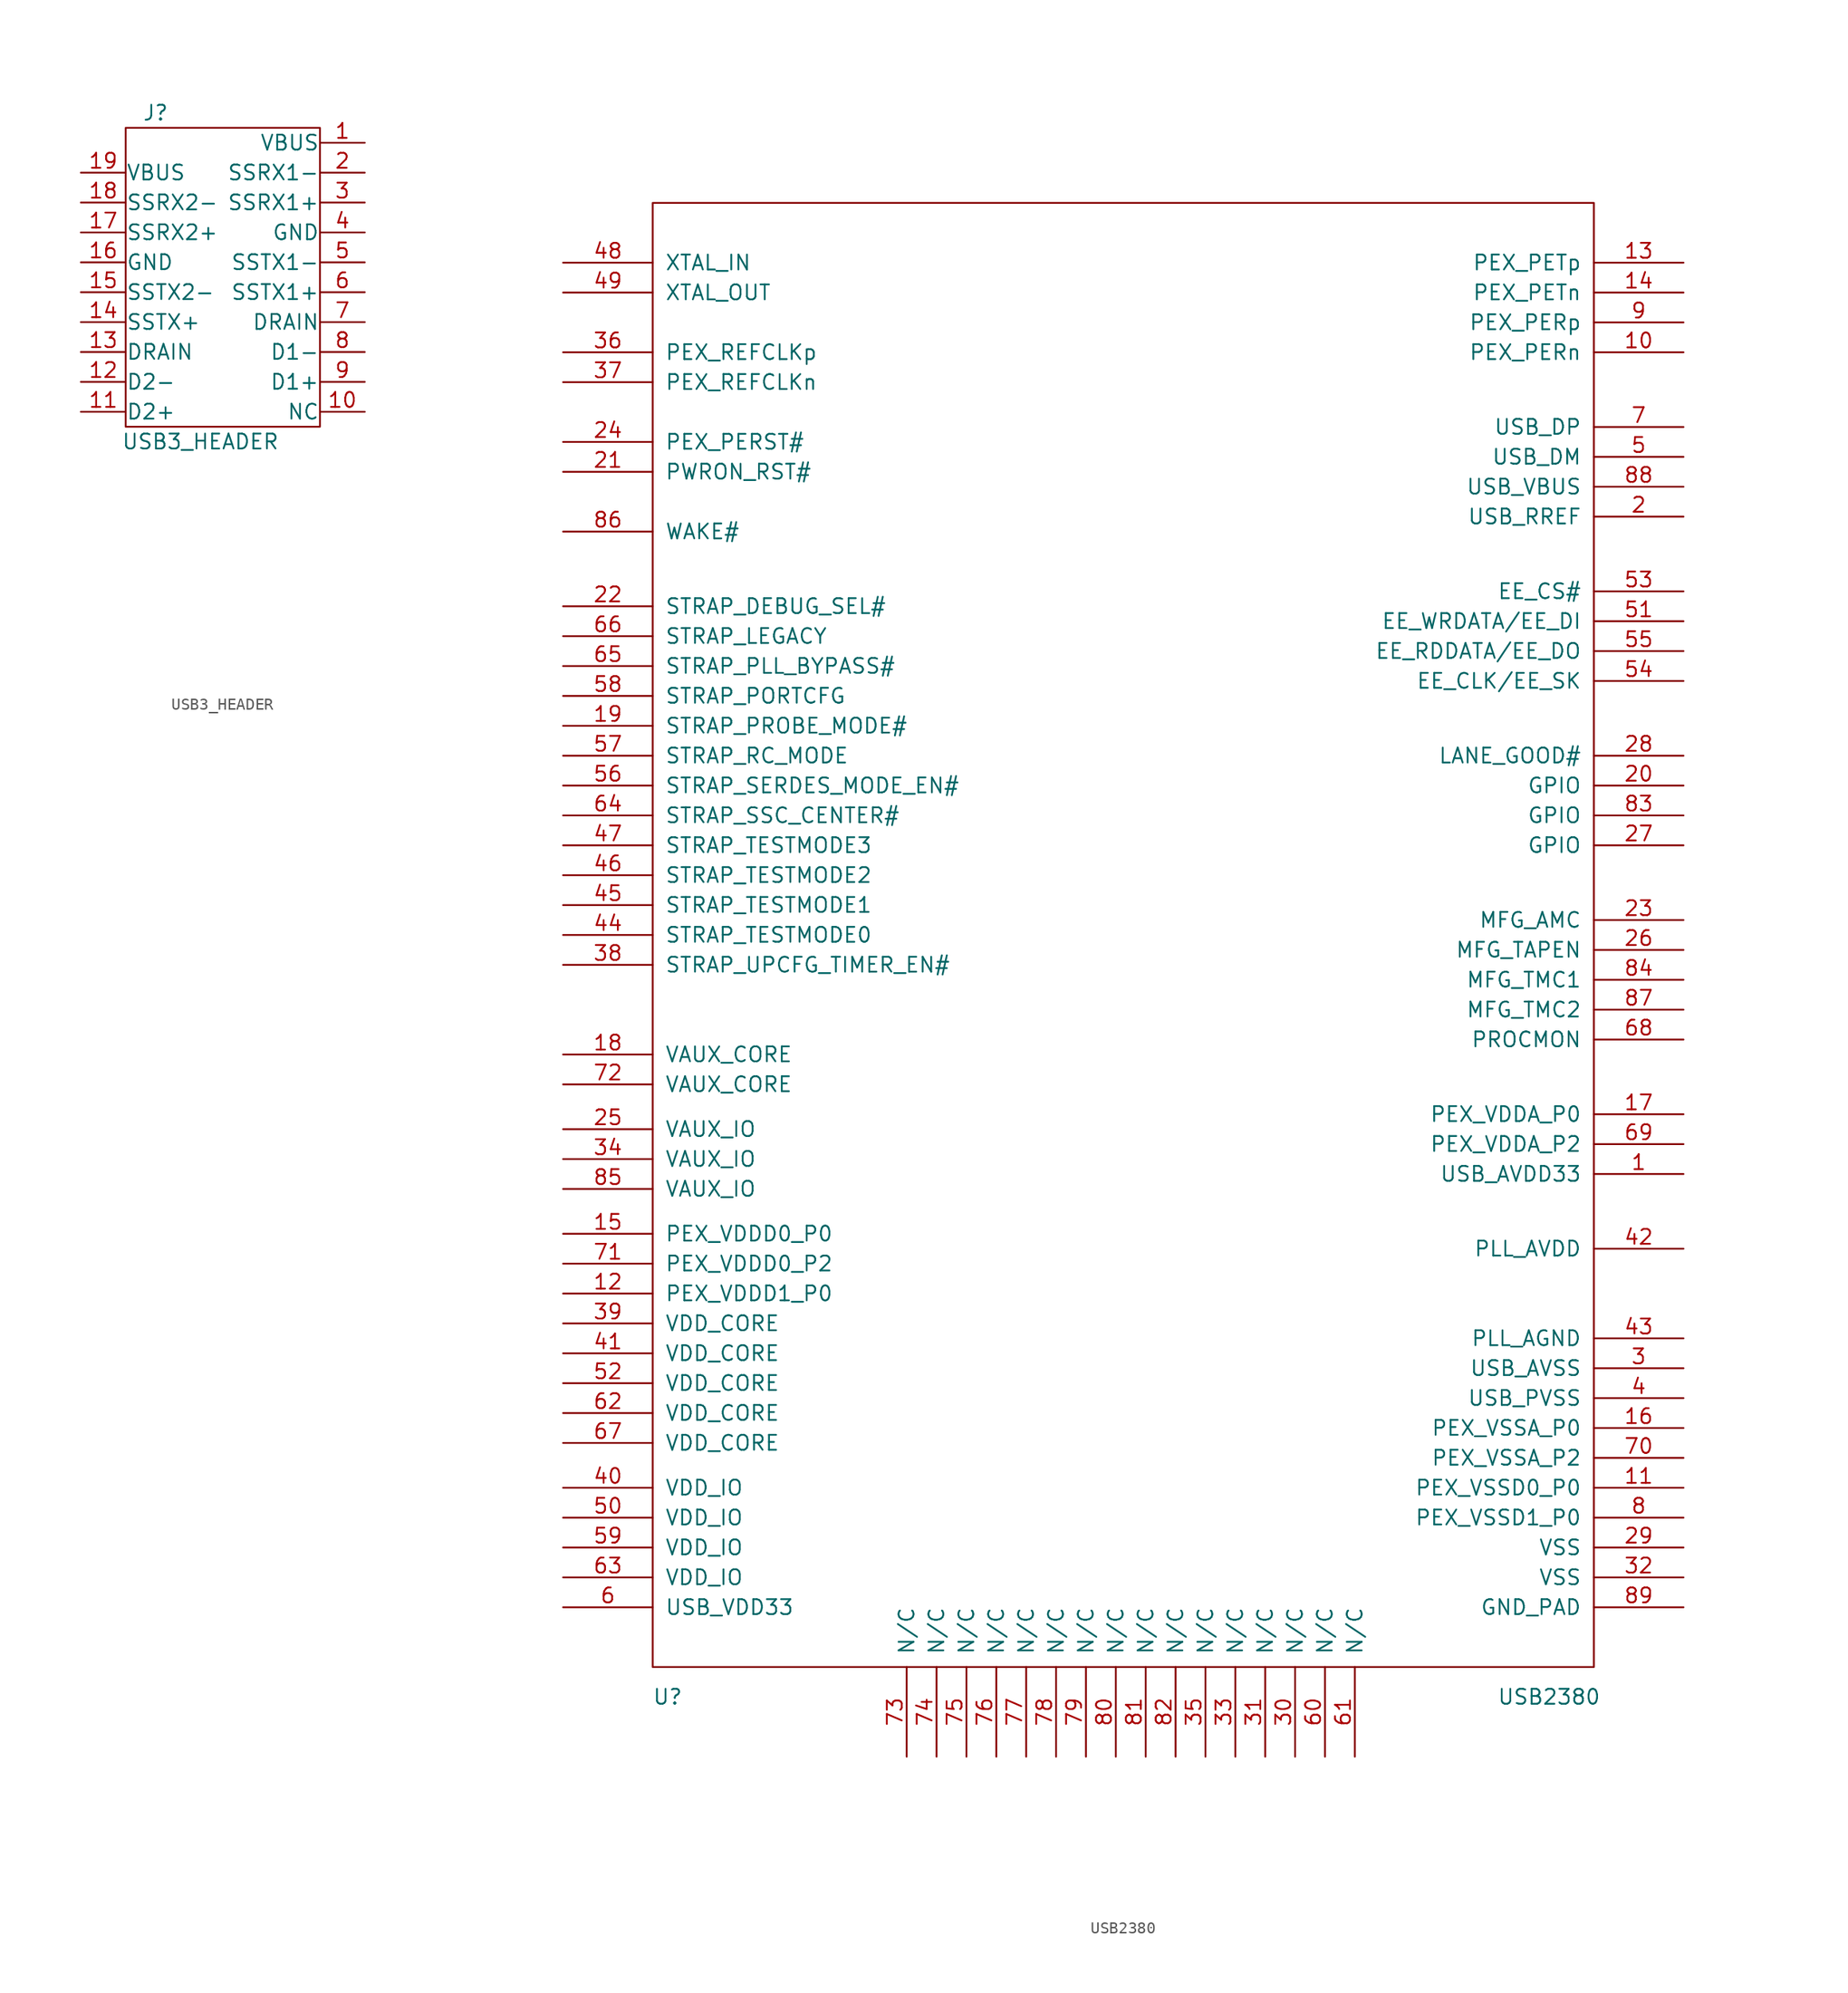
<source format=kicad_sym>
(kicad_symbol_lib
  (version 20211014)
  (generator kicad_symbol_editor)
  (symbol "USB3_HEADER"
    (pin_names
      (offset 0.025))
    (property "Reference" "J"
      (at 0 13.97 0)
      (effects (font (size 1.27 1.27))))
    (property "Value" "USB3_HEADER"
      (at 3.81 -13.97 0)
      (effects (font (size 1.27 1.27))))
    (property "Footprint" ""
      (at 0 -30.48 0)
      (effects (font (size 1.27 1.27))))
    (property "Datasheet" ""
      (at 0 -30.48 0)
      (effects (font (size 1.27 1.27))))
    (symbol "USB3_HEADER_0_1"
      (rectangle (start -2.54 12.7) (end 13.97 -12.7) (stroke (width 0) (type default) (color 0 0 0 0)) (fill (type none))))
    (symbol "USB3_HEADER_1_1"
      (pin passive line (at 17.78 11.43 180) (length 3.81) (name "VBUS" (effects (font (size 1.27 1.27)))) (number "1" (effects (font (size 1.27 1.27)))))
      (pin passive line (at 17.78 -11.43 180) (length 3.81) (name "NC" (effects (font (size 1.27 1.27)))) (number "10" (effects (font (size 1.27 1.27)))))
      (pin passive line (at -6.35 -11.43 0) (length 3.81) (name "D2+" (effects (font (size 1.27 1.27)))) (number "11" (effects (font (size 1.27 1.27)))))
      (pin passive line (at -6.35 -8.89 0) (length 3.81) (name "D2-" (effects (font (size 1.27 1.27)))) (number "12" (effects (font (size 1.27 1.27)))))
      (pin passive line (at -6.35 -6.35 0) (length 3.81) (name "DRAIN" (effects (font (size 1.27 1.27)))) (number "13" (effects (font (size 1.27 1.27)))))
      (pin passive line (at -6.35 -3.81 0) (length 3.81) (name "SSTX+" (effects (font (size 1.27 1.27)))) (number "14" (effects (font (size 1.27 1.27)))))
      (pin passive line (at -6.35 -1.27 0) (length 3.81) (name "SSTX2-" (effects (font (size 1.27 1.27)))) (number "15" (effects (font (size 1.27 1.27)))))
      (pin passive line (at -6.35 1.27 0) (length 3.81) (name "GND" (effects (font (size 1.27 1.27)))) (number "16" (effects (font (size 1.27 1.27)))))
      (pin passive line (at -6.35 3.81 0) (length 3.81) (name "SSRX2+" (effects (font (size 1.27 1.27)))) (number "17" (effects (font (size 1.27 1.27)))))
      (pin passive line (at -6.35 6.35 0) (length 3.81) (name "SSRX2-" (effects (font (size 1.27 1.27)))) (number "18" (effects (font (size 1.27 1.27)))))
      (pin passive line (at -6.35 8.89 0) (length 3.81) (name "VBUS" (effects (font (size 1.27 1.27)))) (number "19" (effects (font (size 1.27 1.27)))))
      (pin passive line (at 17.78 8.89 180) (length 3.81) (name "SSRX1-" (effects (font (size 1.27 1.27)))) (number "2" (effects (font (size 1.27 1.27)))))
      (pin passive line (at 17.78 6.35 180) (length 3.81) (name "SSRX1+" (effects (font (size 1.27 1.27)))) (number "3" (effects (font (size 1.27 1.27)))))
      (pin passive line (at 17.78 3.81 180) (length 3.81) (name "GND" (effects (font (size 1.27 1.27)))) (number "4" (effects (font (size 1.27 1.27)))))
      (pin passive line (at 17.78 1.27 180) (length 3.81) (name "SSTX1-" (effects (font (size 1.27 1.27)))) (number "5" (effects (font (size 1.27 1.27)))))
      (pin passive line (at 17.78 -1.27 180) (length 3.81) (name "SSTX1+" (effects (font (size 1.27 1.27)))) (number "6" (effects (font (size 1.27 1.27)))))
      (pin passive line (at 17.78 -3.81 180) (length 3.81) (name "DRAIN" (effects (font (size 1.27 1.27)))) (number "7" (effects (font (size 1.27 1.27)))))
      (pin passive line (at 17.78 -6.35 180) (length 3.81) (name "D1-" (effects (font (size 1.27 1.27)))) (number "8" (effects (font (size 1.27 1.27)))))
      (pin passive line (at 17.78 -8.89 180) (length 3.81) (name "D1+" (effects (font (size 1.27 1.27)))) (number "9" (effects (font (size 1.27 1.27)))))))
  (symbol "USB2380"
    (pin_names
      (offset 1.016))
    (property "Reference" "U"
      (at -33.02 -81.28 0)
      (effects (font (size 1.27 1.27))))
    (property "Value" "USB2380"
      (at 41.91 -81.28 0)
      (effects (font (size 1.27 1.27))))
    (symbol "USB2380_1_0"
      (rectangle (start -34.29 -78.74) (end 45.72 45.72) (stroke (width 0) (type default) (color 0 0 0 0)) (fill (type none))))
    (symbol "USB2380_1_1"
      (pin unspecified line (at 53.34 -36.83 180) (length 7.62) (name "USB_AVDD33" (effects (font (size 1.27 1.27)))) (number "1" (effects (font (size 1.27 1.27)))))
      (pin unspecified line (at 53.34 33.02 180) (length 7.62) (name "PEX_PERn" (effects (font (size 1.27 1.27)))) (number "10" (effects (font (size 1.27 1.27)))))
      (pin unspecified line (at 53.34 -63.5 180) (length 7.62) (name "PEX_VSSD0_P0" (effects (font (size 1.27 1.27)))) (number "11" (effects (font (size 1.27 1.27)))))
      (pin unspecified line (at -41.91 -46.99 0) (length 7.62) (name "PEX_VDDD1_P0" (effects (font (size 1.27 1.27)))) (number "12" (effects (font (size 1.27 1.27)))))
      (pin unspecified line (at 53.34 40.64 180) (length 7.62) (name "PEX_PETp" (effects (font (size 1.27 1.27)))) (number "13" (effects (font (size 1.27 1.27)))))
      (pin unspecified line (at 53.34 38.1 180) (length 7.62) (name "PEX_PETn" (effects (font (size 1.27 1.27)))) (number "14" (effects (font (size 1.27 1.27)))))
      (pin unspecified line (at -41.91 -41.91 0) (length 7.62) (name "PEX_VDDD0_P0" (effects (font (size 1.27 1.27)))) (number "15" (effects (font (size 1.27 1.27)))))
      (pin unspecified line (at 53.34 -58.42 180) (length 7.62) (name "PEX_VSSA_P0" (effects (font (size 1.27 1.27)))) (number "16" (effects (font (size 1.27 1.27)))))
      (pin unspecified line (at 53.34 -31.75 180) (length 7.62) (name "PEX_VDDA_P0" (effects (font (size 1.27 1.27)))) (number "17" (effects (font (size 1.27 1.27)))))
      (pin unspecified line (at -41.91 -26.67 0) (length 7.62) (name "VAUX_CORE" (effects (font (size 1.27 1.27)))) (number "18" (effects (font (size 1.27 1.27)))))
      (pin unspecified line (at -41.91 1.27 0) (length 7.62) (name "STRAP_PROBE_MODE#" (effects (font (size 1.27 1.27)))) (number "19" (effects (font (size 1.27 1.27)))))
      (pin unspecified line (at 53.34 19.05 180) (length 7.62) (name "USB_RREF" (effects (font (size 1.27 1.27)))) (number "2" (effects (font (size 1.27 1.27)))))
      (pin unspecified line (at 53.34 -3.81 180) (length 7.62) (name "GPIO" (effects (font (size 1.27 1.27)))) (number "20" (effects (font (size 1.27 1.27)))))
      (pin unspecified line (at -41.91 22.86 0) (length 7.62) (name "PWRON_RST#" (effects (font (size 1.27 1.27)))) (number "21" (effects (font (size 1.27 1.27)))))
      (pin unspecified line (at -41.91 11.43 0) (length 7.62) (name "STRAP_DEBUG_SEL#" (effects (font (size 1.27 1.27)))) (number "22" (effects (font (size 1.27 1.27)))))
      (pin unspecified line (at 53.34 -15.24 180) (length 7.62) (name "MFG_AMC" (effects (font (size 1.27 1.27)))) (number "23" (effects (font (size 1.27 1.27)))))
      (pin unspecified line (at -41.91 25.4 0) (length 7.62) (name "PEX_PERST#" (effects (font (size 1.27 1.27)))) (number "24" (effects (font (size 1.27 1.27)))))
      (pin unspecified line (at -41.91 -33.02 0) (length 7.62) (name "VAUX_IO" (effects (font (size 1.27 1.27)))) (number "25" (effects (font (size 1.27 1.27)))))
      (pin unspecified line (at 53.34 -17.78 180) (length 7.62) (name "MFG_TAPEN" (effects (font (size 1.27 1.27)))) (number "26" (effects (font (size 1.27 1.27)))))
      (pin unspecified line (at 53.34 -8.89 180) (length 7.62) (name "GPIO" (effects (font (size 1.27 1.27)))) (number "27" (effects (font (size 1.27 1.27)))))
      (pin unspecified line (at 53.34 -1.27 180) (length 7.62) (name "LANE_GOOD#" (effects (font (size 1.27 1.27)))) (number "28" (effects (font (size 1.27 1.27)))))
      (pin unspecified line (at 53.34 -68.58 180) (length 7.62) (name "VSS" (effects (font (size 1.27 1.27)))) (number "29" (effects (font (size 1.27 1.27)))))
      (pin unspecified line (at 53.34 -53.34 180) (length 7.62) (name "USB_AVSS" (effects (font (size 1.27 1.27)))) (number "3" (effects (font (size 1.27 1.27)))))
      (pin unspecified line (at 20.32 -86.36 90) (length 7.62) (name "N/C" (effects (font (size 1.27 1.27)))) (number "30" (effects (font (size 1.27 1.27)))))
      (pin unspecified line (at 17.78 -86.36 90) (length 7.62) (name "N/C" (effects (font (size 1.27 1.27)))) (number "31" (effects (font (size 1.27 1.27)))))
      (pin unspecified line (at 53.34 -71.12 180) (length 7.62) (name "VSS" (effects (font (size 1.27 1.27)))) (number "32" (effects (font (size 1.27 1.27)))))
      (pin unspecified line (at 15.24 -86.36 90) (length 7.62) (name "N/C" (effects (font (size 1.27 1.27)))) (number "33" (effects (font (size 1.27 1.27)))))
      (pin unspecified line (at -41.91 -35.56 0) (length 7.62) (name "VAUX_IO" (effects (font (size 1.27 1.27)))) (number "34" (effects (font (size 1.27 1.27)))))
      (pin unspecified line (at 12.7 -86.36 90) (length 7.62) (name "N/C" (effects (font (size 1.27 1.27)))) (number "35" (effects (font (size 1.27 1.27)))))
      (pin unspecified line (at -41.91 33.02 0) (length 7.62) (name "PEX_REFCLKp" (effects (font (size 1.27 1.27)))) (number "36" (effects (font (size 1.27 1.27)))))
      (pin unspecified line (at -41.91 30.48 0) (length 7.62) (name "PEX_REFCLKn" (effects (font (size 1.27 1.27)))) (number "37" (effects (font (size 1.27 1.27)))))
      (pin unspecified line (at -41.91 -19.05 0) (length 7.62) (name "STRAP_UPCFG_TIMER_EN#" (effects (font (size 1.27 1.27)))) (number "38" (effects (font (size 1.27 1.27)))))
      (pin unspecified line (at -41.91 -49.53 0) (length 7.62) (name "VDD_CORE" (effects (font (size 1.27 1.27)))) (number "39" (effects (font (size 1.27 1.27)))))
      (pin unspecified line (at 53.34 -55.88 180) (length 7.62) (name "USB_PVSS" (effects (font (size 1.27 1.27)))) (number "4" (effects (font (size 1.27 1.27)))))
      (pin unspecified line (at -41.91 -63.5 0) (length 7.62) (name "VDD_IO" (effects (font (size 1.27 1.27)))) (number "40" (effects (font (size 1.27 1.27)))))
      (pin unspecified line (at -41.91 -52.07 0) (length 7.62) (name "VDD_CORE" (effects (font (size 1.27 1.27)))) (number "41" (effects (font (size 1.27 1.27)))))
      (pin unspecified line (at 53.34 -43.18 180) (length 7.62) (name "PLL_AVDD" (effects (font (size 1.27 1.27)))) (number "42" (effects (font (size 1.27 1.27)))))
      (pin unspecified line (at 53.34 -50.8 180) (length 7.62) (name "PLL_AGND" (effects (font (size 1.27 1.27)))) (number "43" (effects (font (size 1.27 1.27)))))
      (pin unspecified line (at -41.91 -16.51 0) (length 7.62) (name "STRAP_TESTMODE0" (effects (font (size 1.27 1.27)))) (number "44" (effects (font (size 1.27 1.27)))))
      (pin unspecified line (at -41.91 -13.97 0) (length 7.62) (name "STRAP_TESTMODE1" (effects (font (size 1.27 1.27)))) (number "45" (effects (font (size 1.27 1.27)))))
      (pin unspecified line (at -41.91 -11.43 0) (length 7.62) (name "STRAP_TESTMODE2" (effects (font (size 1.27 1.27)))) (number "46" (effects (font (size 1.27 1.27)))))
      (pin unspecified line (at -41.91 -8.89 0) (length 7.62) (name "STRAP_TESTMODE3" (effects (font (size 1.27 1.27)))) (number "47" (effects (font (size 1.27 1.27)))))
      (pin unspecified line (at -41.91 40.64 0) (length 7.62) (name "XTAL_IN" (effects (font (size 1.27 1.27)))) (number "48" (effects (font (size 1.27 1.27)))))
      (pin unspecified line (at -41.91 38.1 0) (length 7.62) (name "XTAL_OUT" (effects (font (size 1.27 1.27)))) (number "49" (effects (font (size 1.27 1.27)))))
      (pin unspecified line (at 53.34 24.13 180) (length 7.62) (name "USB_DM" (effects (font (size 1.27 1.27)))) (number "5" (effects (font (size 1.27 1.27)))))
      (pin unspecified line (at -41.91 -66.04 0) (length 7.62) (name "VDD_IO" (effects (font (size 1.27 1.27)))) (number "50" (effects (font (size 1.27 1.27)))))
      (pin unspecified line (at 53.34 10.16 180) (length 7.62) (name "EE_WRDATA/EE_DI" (effects (font (size 1.27 1.27)))) (number "51" (effects (font (size 1.27 1.27)))))
      (pin unspecified line (at -41.91 -54.61 0) (length 7.62) (name "VDD_CORE" (effects (font (size 1.27 1.27)))) (number "52" (effects (font (size 1.27 1.27)))))
      (pin unspecified line (at 53.34 12.7 180) (length 7.62) (name "EE_CS#" (effects (font (size 1.27 1.27)))) (number "53" (effects (font (size 1.27 1.27)))))
      (pin unspecified line (at 53.34 5.08 180) (length 7.62) (name "EE_CLK/EE_SK" (effects (font (size 1.27 1.27)))) (number "54" (effects (font (size 1.27 1.27)))))
      (pin unspecified line (at 53.34 7.62 180) (length 7.62) (name "EE_RDDATA/EE_DO" (effects (font (size 1.27 1.27)))) (number "55" (effects (font (size 1.27 1.27)))))
      (pin unspecified line (at -41.91 -3.81 0) (length 7.62) (name "STRAP_SERDES_MODE_EN#" (effects (font (size 1.27 1.27)))) (number "56" (effects (font (size 1.27 1.27)))))
      (pin unspecified line (at -41.91 -1.27 0) (length 7.62) (name "STRAP_RC_MODE" (effects (font (size 1.27 1.27)))) (number "57" (effects (font (size 1.27 1.27)))))
      (pin unspecified line (at -41.91 3.81 0) (length 7.62) (name "STRAP_PORTCFG" (effects (font (size 1.27 1.27)))) (number "58" (effects (font (size 1.27 1.27)))))
      (pin unspecified line (at -41.91 -68.58 0) (length 7.62) (name "VDD_IO" (effects (font (size 1.27 1.27)))) (number "59" (effects (font (size 1.27 1.27)))))
      (pin unspecified line (at -41.91 -73.66 0) (length 7.62) (name "USB_VDD33" (effects (font (size 1.27 1.27)))) (number "6" (effects (font (size 1.27 1.27)))))
      (pin unspecified line (at 22.86 -86.36 90) (length 7.62) (name "N/C" (effects (font (size 1.27 1.27)))) (number "60" (effects (font (size 1.27 1.27)))))
      (pin unspecified line (at 25.4 -86.36 90) (length 7.62) (name "N/C" (effects (font (size 1.27 1.27)))) (number "61" (effects (font (size 1.27 1.27)))))
      (pin unspecified line (at -41.91 -57.15 0) (length 7.62) (name "VDD_CORE" (effects (font (size 1.27 1.27)))) (number "62" (effects (font (size 1.27 1.27)))))
      (pin unspecified line (at -41.91 -71.12 0) (length 7.62) (name "VDD_IO" (effects (font (size 1.27 1.27)))) (number "63" (effects (font (size 1.27 1.27)))))
      (pin unspecified line (at -41.91 -6.35 0) (length 7.62) (name "STRAP_SSC_CENTER#" (effects (font (size 1.27 1.27)))) (number "64" (effects (font (size 1.27 1.27)))))
      (pin unspecified line (at -41.91 6.35 0) (length 7.62) (name "STRAP_PLL_BYPASS#" (effects (font (size 1.27 1.27)))) (number "65" (effects (font (size 1.27 1.27)))))
      (pin unspecified line (at -41.91 8.89 0) (length 7.62) (name "STRAP_LEGACY" (effects (font (size 1.27 1.27)))) (number "66" (effects (font (size 1.27 1.27)))))
      (pin unspecified line (at -41.91 -59.69 0) (length 7.62) (name "VDD_CORE" (effects (font (size 1.27 1.27)))) (number "67" (effects (font (size 1.27 1.27)))))
      (pin unspecified line (at 53.34 -25.4 180) (length 7.62) (name "PROCMON" (effects (font (size 1.27 1.27)))) (number "68" (effects (font (size 1.27 1.27)))))
      (pin unspecified line (at 53.34 -34.29 180) (length 7.62) (name "PEX_VDDA_P2" (effects (font (size 1.27 1.27)))) (number "69" (effects (font (size 1.27 1.27)))))
      (pin unspecified line (at 53.34 26.67 180) (length 7.62) (name "USB_DP" (effects (font (size 1.27 1.27)))) (number "7" (effects (font (size 1.27 1.27)))))
      (pin unspecified line (at 53.34 -60.96 180) (length 7.62) (name "PEX_VSSA_P2" (effects (font (size 1.27 1.27)))) (number "70" (effects (font (size 1.27 1.27)))))
      (pin unspecified line (at -41.91 -44.45 0) (length 7.62) (name "PEX_VDDD0_P2" (effects (font (size 1.27 1.27)))) (number "71" (effects (font (size 1.27 1.27)))))
      (pin unspecified line (at -41.91 -29.21 0) (length 7.62) (name "VAUX_CORE" (effects (font (size 1.27 1.27)))) (number "72" (effects (font (size 1.27 1.27)))))
      (pin unspecified line (at -12.7 -86.36 90) (length 7.62) (name "N/C" (effects (font (size 1.27 1.27)))) (number "73" (effects (font (size 1.27 1.27)))))
      (pin unspecified line (at -10.16 -86.36 90) (length 7.62) (name "N/C" (effects (font (size 1.27 1.27)))) (number "74" (effects (font (size 1.27 1.27)))))
      (pin unspecified line (at -7.62 -86.36 90) (length 7.62) (name "N/C" (effects (font (size 1.27 1.27)))) (number "75" (effects (font (size 1.27 1.27)))))
      (pin unspecified line (at -5.08 -86.36 90) (length 7.62) (name "N/C" (effects (font (size 1.27 1.27)))) (number "76" (effects (font (size 1.27 1.27)))))
      (pin unspecified line (at -2.54 -86.36 90) (length 7.62) (name "N/C" (effects (font (size 1.27 1.27)))) (number "77" (effects (font (size 1.27 1.27)))))
      (pin unspecified line (at 0 -86.36 90) (length 7.62) (name "N/C" (effects (font (size 1.27 1.27)))) (number "78" (effects (font (size 1.27 1.27)))))
      (pin unspecified line (at 2.54 -86.36 90) (length 7.62) (name "N/C" (effects (font (size 1.27 1.27)))) (number "79" (effects (font (size 1.27 1.27)))))
      (pin unspecified line (at 53.34 -66.04 180) (length 7.62) (name "PEX_VSSD1_P0" (effects (font (size 1.27 1.27)))) (number "8" (effects (font (size 1.27 1.27)))))
      (pin unspecified line (at 5.08 -86.36 90) (length 7.62) (name "N/C" (effects (font (size 1.27 1.27)))) (number "80" (effects (font (size 1.27 1.27)))))
      (pin unspecified line (at 7.62 -86.36 90) (length 7.62) (name "N/C" (effects (font (size 1.27 1.27)))) (number "81" (effects (font (size 1.27 1.27)))))
      (pin unspecified line (at 10.16 -86.36 90) (length 7.62) (name "N/C" (effects (font (size 1.27 1.27)))) (number "82" (effects (font (size 1.27 1.27)))))
      (pin unspecified line (at 53.34 -6.35 180) (length 7.62) (name "GPIO" (effects (font (size 1.27 1.27)))) (number "83" (effects (font (size 1.27 1.27)))))
      (pin unspecified line (at 53.34 -20.32 180) (length 7.62) (name "MFG_TMC1" (effects (font (size 1.27 1.27)))) (number "84" (effects (font (size 1.27 1.27)))))
      (pin unspecified line (at -41.91 -38.1 0) (length 7.62) (name "VAUX_IO" (effects (font (size 1.27 1.27)))) (number "85" (effects (font (size 1.27 1.27)))))
      (pin unspecified line (at -41.91 17.78 0) (length 7.62) (name "WAKE#" (effects (font (size 1.27 1.27)))) (number "86" (effects (font (size 1.27 1.27)))))
      (pin unspecified line (at 53.34 -22.86 180) (length 7.62) (name "MFG_TMC2" (effects (font (size 1.27 1.27)))) (number "87" (effects (font (size 1.27 1.27)))))
      (pin unspecified line (at 53.34 21.59 180) (length 7.62) (name "USB_VBUS" (effects (font (size 1.27 1.27)))) (number "88" (effects (font (size 1.27 1.27)))))
      (pin unspecified line (at 53.34 -73.66 180) (length 7.62) (name "GND_PAD" (effects (font (size 1.27 1.27)))) (number "89" (effects (font (size 1.27 1.27)))))
      (pin unspecified line (at 53.34 35.56 180) (length 7.62) (name "PEX_PERp" (effects (font (size 1.27 1.27)))) (number "9" (effects (font (size 1.27 1.27))))))))
</source>
